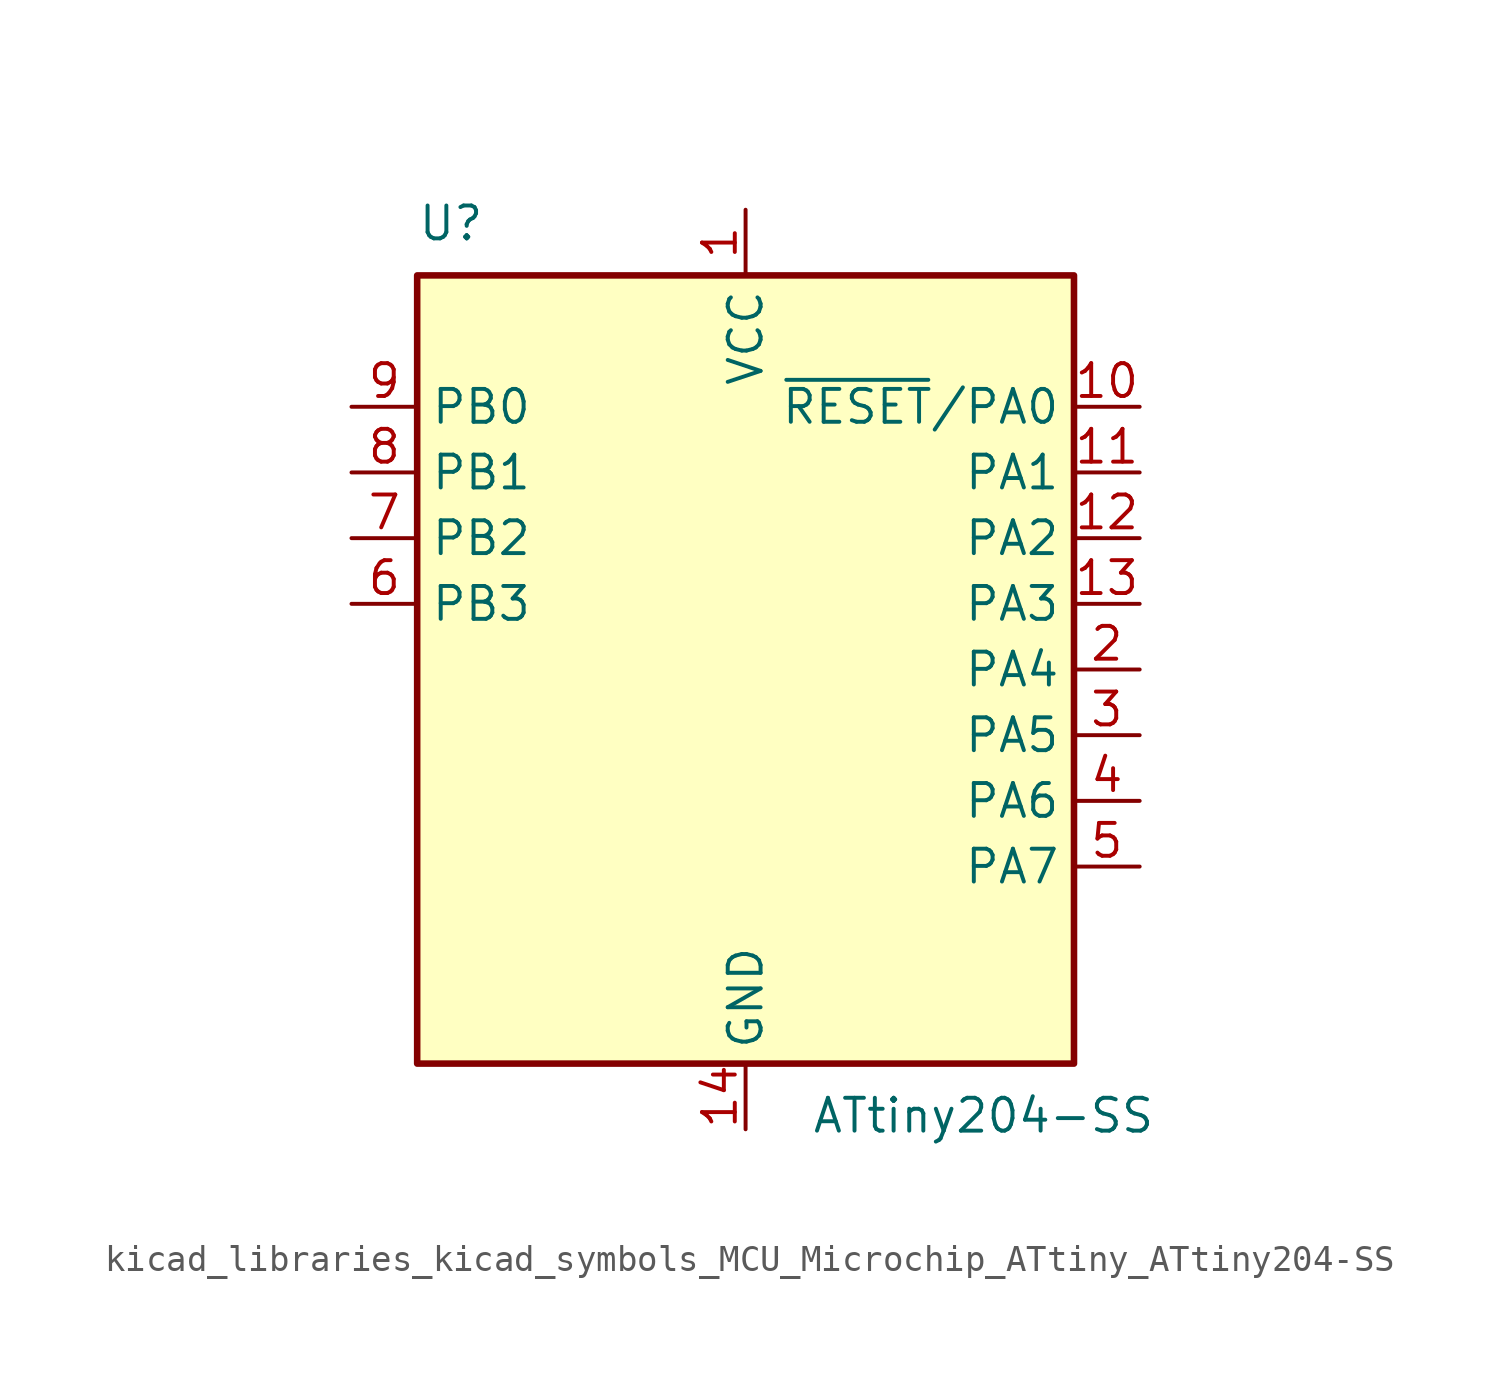
<source format=kicad_sym>
(kicad_symbol_lib
  (version 20220914)
  (generator kicad_symbol_editor)
  (symbol "kicad_libraries_kicad_symbols_MCU_Microchip_ATtiny_ATtiny204-SS"
    (property "Reference" "U"
      (at -12.7 16.51 0)
      (effects (font (size 1.27 1.27)) (justify left bottom)))
    (property "Value" "ATtiny204-SS"
      (at 2.54 -16.51 0)
      (effects (font (size 1.27 1.27)) (justify left top)))
    (symbol "kicad_libraries_kicad_symbols_MCU_Microchip_ATtiny_ATtiny204-SS_0_1"
      (rectangle (start -12.7 -15.24) (end 12.7 15.24) (stroke (width 0.254) (type default)) (fill (type background))))
    (symbol "kicad_libraries_kicad_symbols_MCU_Microchip_ATtiny_ATtiny204-SS_1_1"
      (pin power_in line (at 0 17.78 270) (length 2.54) (name "VCC" (effects (font (size 1.27 1.27)))) (number "1" (effects (font (size 1.27 1.27)))))
      (pin bidirectional line (at 15.24 10.16 180) (length 2.54) (name "~{RESET}/PA0" (effects (font (size 1.27 1.27)))) (number "10" (effects (font (size 1.27 1.27)))))
      (pin bidirectional line (at 15.24 7.62 180) (length 2.54) (name "PA1" (effects (font (size 1.27 1.27)))) (number "11" (effects (font (size 1.27 1.27)))))
      (pin bidirectional line (at 15.24 5.08 180) (length 2.54) (name "PA2" (effects (font (size 1.27 1.27)))) (number "12" (effects (font (size 1.27 1.27)))))
      (pin bidirectional line (at 15.24 2.54 180) (length 2.54) (name "PA3" (effects (font (size 1.27 1.27)))) (number "13" (effects (font (size 1.27 1.27)))))
      (pin power_in line (at 0 -17.78 90) (length 2.54) (name "GND" (effects (font (size 1.27 1.27)))) (number "14" (effects (font (size 1.27 1.27)))))
      (pin bidirectional line (at 15.24 0 180) (length 2.54) (name "PA4" (effects (font (size 1.27 1.27)))) (number "2" (effects (font (size 1.27 1.27)))))
      (pin bidirectional line (at 15.24 -2.54 180) (length 2.54) (name "PA5" (effects (font (size 1.27 1.27)))) (number "3" (effects (font (size 1.27 1.27)))))
      (pin bidirectional line (at 15.24 -5.08 180) (length 2.54) (name "PA6" (effects (font (size 1.27 1.27)))) (number "4" (effects (font (size 1.27 1.27)))))
      (pin bidirectional line (at 15.24 -7.62 180) (length 2.54) (name "PA7" (effects (font (size 1.27 1.27)))) (number "5" (effects (font (size 1.27 1.27)))))
      (pin bidirectional line (at -15.24 2.54 0) (length 2.54) (name "PB3" (effects (font (size 1.27 1.27)))) (number "6" (effects (font (size 1.27 1.27)))))
      (pin bidirectional line (at -15.24 5.08 0) (length 2.54) (name "PB2" (effects (font (size 1.27 1.27)))) (number "7" (effects (font (size 1.27 1.27)))))
      (pin bidirectional line (at -15.24 7.62 0) (length 2.54) (name "PB1" (effects (font (size 1.27 1.27)))) (number "8" (effects (font (size 1.27 1.27)))))
      (pin bidirectional line (at -15.24 10.16 0) (length 2.54) (name "PB0" (effects (font (size 1.27 1.27)))) (number "9" (effects (font (size 1.27 1.27))))))))
</source>
